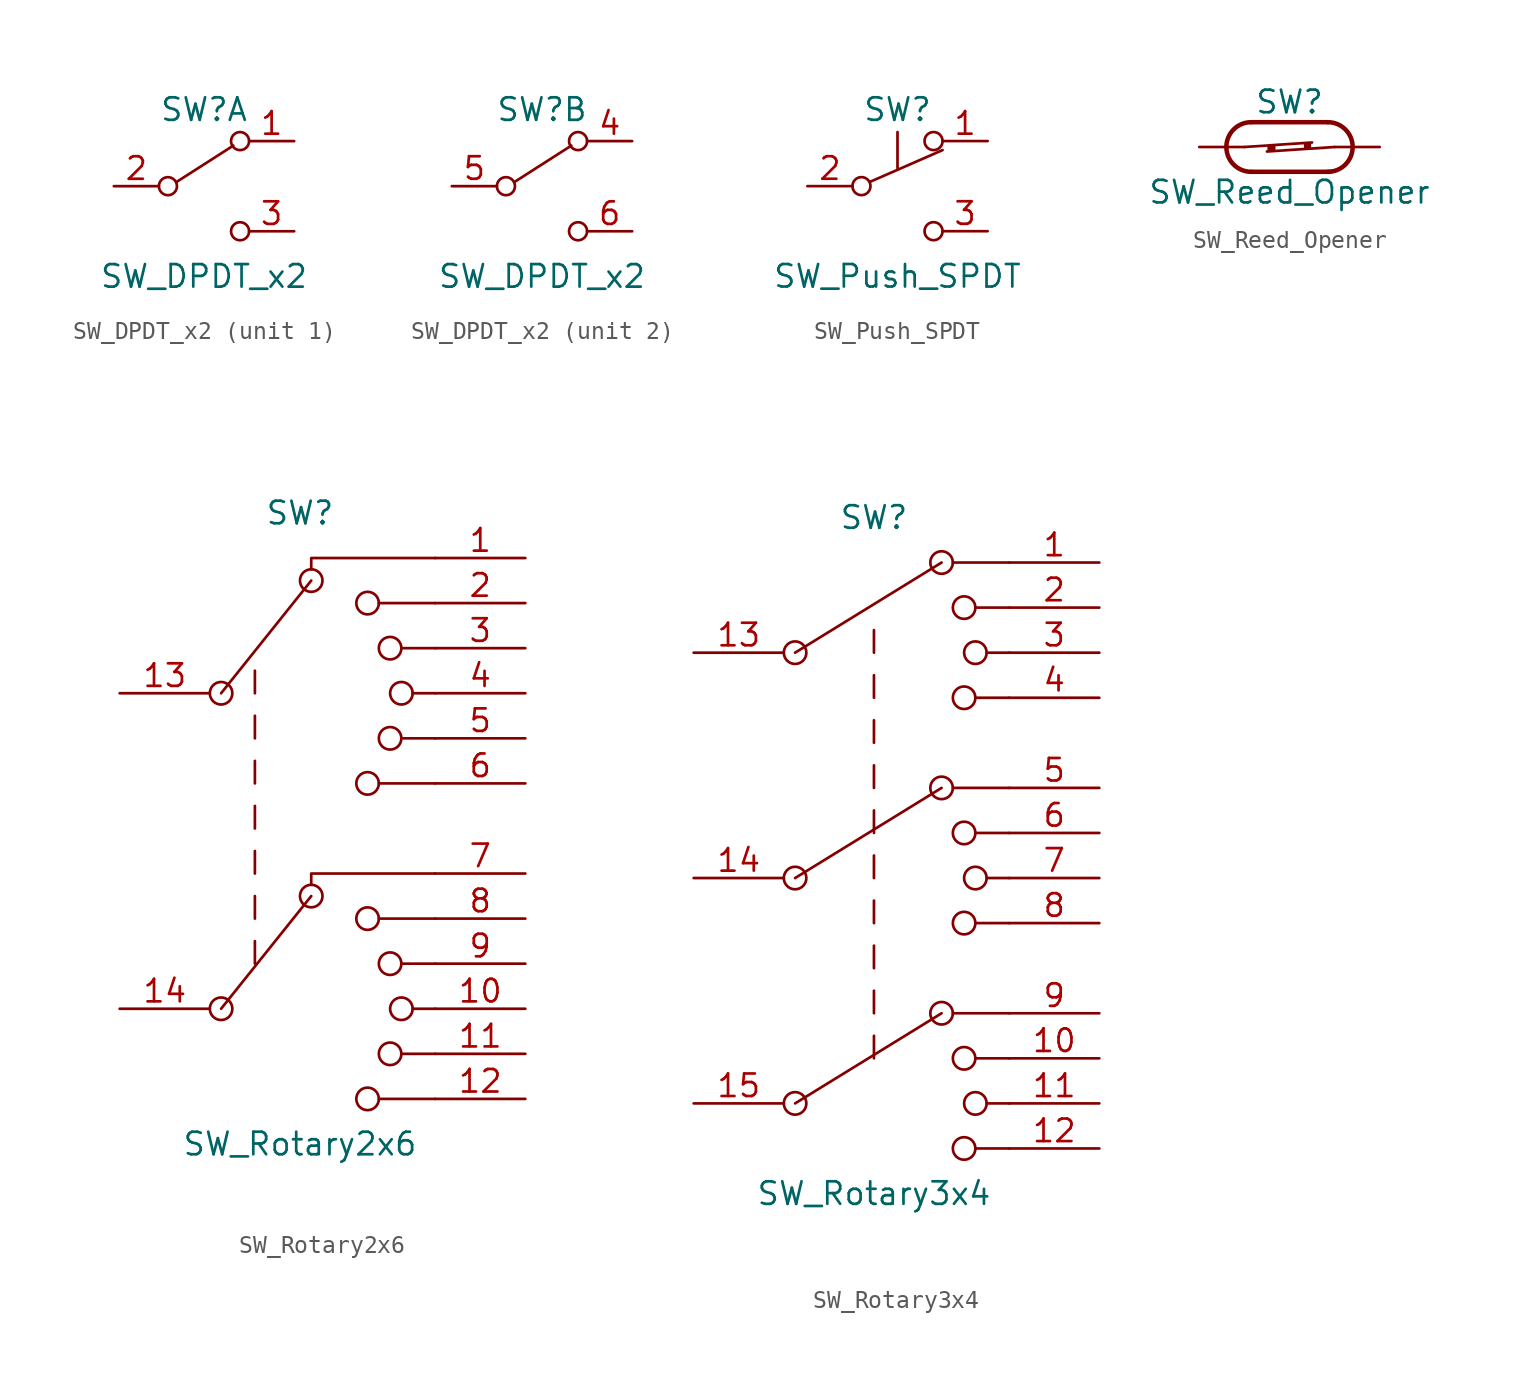
<source format=kicad_sym>
(kicad_symbol_lib
  (version 20211014)
  (generator kicad_symbol_editor)
  (symbol "SW_DPDT_x2"
    (pin_names
      (offset 0) hide)
    (property "Reference" "SW"
      (at 0 4.318 0)
      (effects (font (size 1.27 1.27))))
    (property "Value" "SW_DPDT_x2"
      (at 0 -5.08 0)
      (effects (font (size 1.27 1.27))))
    (symbol "SW_DPDT_x2_0_0"
      (circle (center -2.032 0) (radius 0.508) (stroke (width 0) (type default) (color 0 0 0 0)) (fill (type none)))
      (circle (center 2.032 -2.54) (radius 0.508) (stroke (width 0) (type default) (color 0 0 0 0)) (fill (type none))))
    (symbol "SW_DPDT_x2_0_1"
      (polyline (pts (xy -1.524 0.254) (xy 1.651 2.286)) (stroke (width 0) (type default) (color 0 0 0 0)) (fill (type none)))
      (circle (center 2.032 2.54) (radius 0.508) (stroke (width 0) (type default) (color 0 0 0 0)) (fill (type none))))
    (symbol "SW_DPDT_x2_1_1"
      (pin passive line (at 5.08 2.54 180) (length 2.54) (name "A" (effects (font (size 1.27 1.27)))) (number "1" (effects (font (size 1.27 1.27)))))
      (pin passive line (at -5.08 0 0) (length 2.54) (name "B" (effects (font (size 1.27 1.27)))) (number "2" (effects (font (size 1.27 1.27)))))
      (pin passive line (at 5.08 -2.54 180) (length 2.54) (name "C" (effects (font (size 1.27 1.27)))) (number "3" (effects (font (size 1.27 1.27))))))
    (symbol "SW_DPDT_x2_2_1"
      (pin passive line (at 5.08 2.54 180) (length 2.54) (name "A" (effects (font (size 1.27 1.27)))) (number "4" (effects (font (size 1.27 1.27)))))
      (pin passive line (at -5.08 0 0) (length 2.54) (name "B" (effects (font (size 1.27 1.27)))) (number "5" (effects (font (size 1.27 1.27)))))
      (pin passive line (at 5.08 -2.54 180) (length 2.54) (name "C" (effects (font (size 1.27 1.27)))) (number "6" (effects (font (size 1.27 1.27)))))))
  (symbol "SW_Push_SPDT"
    (pin_names
      (offset 0) hide)
    (property "Reference" "SW"
      (at 0 4.318 0)
      (effects (font (size 1.27 1.27))))
    (property "Value" "SW_Push_SPDT"
      (at 0 -5.08 0)
      (effects (font (size 1.27 1.27))))
    (symbol "SW_Push_SPDT_0_0"
      (circle (center -2.032 0) (radius 0.508) (stroke (width 0) (type default) (color 0 0 0 0)) (fill (type none)))
      (polyline (pts (xy 0 1.016) (xy 0 3.048)) (stroke (width 0) (type default) (color 0 0 0 0)) (fill (type none)))
      (circle (center 2.032 -2.54) (radius 0.508) (stroke (width 0) (type default) (color 0 0 0 0)) (fill (type none))))
    (symbol "SW_Push_SPDT_0_1"
      (polyline (pts (xy -1.524 0.254) (xy 2.54 2.032)) (stroke (width 0) (type default) (color 0 0 0 0)) (fill (type none)))
      (circle (center 2.032 2.54) (radius 0.508) (stroke (width 0) (type default) (color 0 0 0 0)) (fill (type none))))
    (symbol "SW_Push_SPDT_1_1"
      (pin passive line (at 5.08 2.54 180) (length 2.54) (name "A" (effects (font (size 1.27 1.27)))) (number "1" (effects (font (size 1.27 1.27)))))
      (pin passive line (at -5.08 0 0) (length 2.54) (name "B" (effects (font (size 1.27 1.27)))) (number "2" (effects (font (size 1.27 1.27)))))
      (pin passive line (at 5.08 -2.54 180) (length 2.54) (name "C" (effects (font (size 1.27 1.27)))) (number "3" (effects (font (size 1.27 1.27)))))))
  (symbol "SW_Reed_Opener"
    (pin_numbers hide)
    (pin_names
      (offset 0) hide)
    (property "Reference" "SW"
      (at 0 2.54 0)
      (effects (font (size 1.27 1.27))))
    (property "Value" "SW_Reed_Opener"
      (at 0 -2.54 0)
      (effects (font (size 1.27 1.27))))
    (symbol "SW_Reed_Opener_0_0"
      (arc (start -2.159 1.397) (mid -3.556 0) (end -2.159 -1.397) (stroke (width 0.254) (type default) (color 0 0 0 0)) (fill (type none)))
      (polyline (pts (xy -2.54 0) (xy 1.27 0.254)) (stroke (width 0) (type default) (color 0 0 0 0)) (fill (type none)))
      (polyline (pts (xy -2.159 -1.397) (xy 2.286 -1.397)) (stroke (width 0.254) (type default) (color 0 0 0 0)) (fill (type none)))
      (polyline (pts (xy 2.159 1.397) (xy -2.159 1.397)) (stroke (width 0.254) (type default) (color 0 0 0 0)) (fill (type none)))
      (polyline (pts (xy 2.54 0) (xy -1.27 -0.254)) (stroke (width 0) (type default) (color 0 0 0 0)) (fill (type none)))
      (arc (start 2.159 -1.397) (mid 3.556 0) (end 2.159 1.397) (stroke (width 0.254) (type default) (color 0 0 0 0)) (fill (type none))))
    (symbol "SW_Reed_Opener_0_1"
      (rectangle (start -1.168 0.051) (end -0.864 -0.203) (stroke (width 0) (type default) (color 0 0 0 0)) (fill (type outline)))
      (rectangle (start 0.889 0.178) (end 1.143 -0.076) (stroke (width 0) (type default) (color 0 0 0 0)) (fill (type outline))))
    (symbol "SW_Reed_Opener_1_1"
      (pin passive line (at -5.08 0 0) (length 2.54) (name "1" (effects (font (size 1.27 1.27)))) (number "1" (effects (font (size 1.27 1.27)))))
      (pin passive line (at 5.08 0 180) (length 2.54) (name "2" (effects (font (size 1.27 1.27)))) (number "2" (effects (font (size 1.27 1.27)))))))
  (symbol "SW_Rotary2x6"
    (pin_names
      (offset 1.016) hide)
    (property "Reference" "SW"
      (at 0 17.78 0)
      (effects (font (size 1.27 1.27))))
    (property "Value" "SW_Rotary2x6"
      (at 0 -17.78 0)
      (effects (font (size 1.27 1.27))))
    (symbol "SW_Rotary2x6_0_0"
      (circle (center -4.445 -10.16) (radius 0.635) (stroke (width 0) (type default) (color 0 0 0 0)) (fill (type none)))
      (circle (center -4.445 7.62) (radius 0.635) (stroke (width 0) (type default) (color 0 0 0 0)) (fill (type none)))
      (polyline (pts (xy -4.445 -10.16) (xy 0.635 -3.81)) (stroke (width 0) (type default) (color 0 0 0 0)) (fill (type none)))
      (polyline (pts (xy -4.445 7.62) (xy 0.635 13.97)) (stroke (width 0) (type default) (color 0 0 0 0)) (fill (type none)))
      (polyline (pts (xy -2.54 -7.62) (xy -2.54 -6.35)) (stroke (width 0) (type default) (color 0 0 0 0)) (fill (type none)))
      (polyline (pts (xy -2.54 -5.08) (xy -2.54 -3.81)) (stroke (width 0) (type default) (color 0 0 0 0)) (fill (type none)))
      (polyline (pts (xy -2.54 -2.54) (xy -2.54 -1.27)) (stroke (width 0) (type default) (color 0 0 0 0)) (fill (type none)))
      (polyline (pts (xy -2.54 0) (xy -2.54 1.27)) (stroke (width 0) (type default) (color 0 0 0 0)) (fill (type none)))
      (polyline (pts (xy -2.54 2.54) (xy -2.54 3.81)) (stroke (width 0) (type default) (color 0 0 0 0)) (fill (type none)))
      (polyline (pts (xy -2.54 5.08) (xy -2.54 6.35)) (stroke (width 0) (type default) (color 0 0 0 0)) (fill (type none)))
      (polyline (pts (xy -2.54 7.62) (xy -2.54 8.89)) (stroke (width 0) (type default) (color 0 0 0 0)) (fill (type none)))
      (polyline (pts (xy 4.445 -5.08) (xy 7.62 -5.08)) (stroke (width 0) (type default) (color 0 0 0 0)) (fill (type none)))
      (polyline (pts (xy 4.445 12.7) (xy 7.62 12.7)) (stroke (width 0) (type default) (color 0 0 0 0)) (fill (type none)))
      (polyline (pts (xy 5.715 -12.7) (xy 7.62 -12.7)) (stroke (width 0) (type default) (color 0 0 0 0)) (fill (type none)))
      (polyline (pts (xy 5.715 -7.62) (xy 7.62 -7.62)) (stroke (width 0) (type default) (color 0 0 0 0)) (fill (type none)))
      (polyline (pts (xy 5.715 5.08) (xy 7.62 5.08)) (stroke (width 0) (type default) (color 0 0 0 0)) (fill (type none)))
      (polyline (pts (xy 5.715 10.16) (xy 7.62 10.16)) (stroke (width 0) (type default) (color 0 0 0 0)) (fill (type none)))
      (polyline (pts (xy 6.35 -10.16) (xy 7.62 -10.16)) (stroke (width 0) (type default) (color 0 0 0 0)) (fill (type none)))
      (polyline (pts (xy 6.35 7.62) (xy 7.62 7.62)) (stroke (width 0) (type default) (color 0 0 0 0)) (fill (type none)))
      (polyline (pts (xy 7.62 -15.24) (xy 4.445 -15.24)) (stroke (width 0) (type default) (color 0 0 0 0)) (fill (type none)))
      (polyline (pts (xy 7.62 2.54) (xy 4.445 2.54)) (stroke (width 0) (type default) (color 0 0 0 0)) (fill (type none)))
      (polyline (pts (xy 0.635 -3.175) (xy 0.635 -2.54) (xy 7.62 -2.54)) (stroke (width 0) (type default) (color 0 0 0 0)) (fill (type none)))
      (polyline (pts (xy 0.635 14.605) (xy 0.635 15.24) (xy 7.62 15.24)) (stroke (width 0) (type default) (color 0 0 0 0)) (fill (type none)))
      (circle (center 0.635 -3.81) (radius 0.635) (stroke (width 0) (type default) (color 0 0 0 0)) (fill (type none)))
      (circle (center 0.635 13.97) (radius 0.635) (stroke (width 0) (type default) (color 0 0 0 0)) (fill (type none)))
      (circle (center 3.81 -15.24) (radius 0.635) (stroke (width 0) (type default) (color 0 0 0 0)) (fill (type none)))
      (circle (center 3.81 -5.08) (radius 0.635) (stroke (width 0) (type default) (color 0 0 0 0)) (fill (type none)))
      (circle (center 3.81 2.54) (radius 0.635) (stroke (width 0) (type default) (color 0 0 0 0)) (fill (type none)))
      (circle (center 3.81 12.7) (radius 0.635) (stroke (width 0) (type default) (color 0 0 0 0)) (fill (type none)))
      (circle (center 5.08 -12.7) (radius 0.635) (stroke (width 0) (type default) (color 0 0 0 0)) (fill (type none)))
      (circle (center 5.08 -7.62) (radius 0.635) (stroke (width 0) (type default) (color 0 0 0 0)) (fill (type none)))
      (circle (center 5.08 5.08) (radius 0.635) (stroke (width 0) (type default) (color 0 0 0 0)) (fill (type none)))
      (circle (center 5.08 10.16) (radius 0.635) (stroke (width 0) (type default) (color 0 0 0 0)) (fill (type none)))
      (circle (center 5.715 -10.16) (radius 0.635) (stroke (width 0) (type default) (color 0 0 0 0)) (fill (type none)))
      (circle (center 5.715 7.62) (radius 0.635) (stroke (width 0) (type default) (color 0 0 0 0)) (fill (type none))))
    (symbol "SW_Rotary2x6_0_1"
      (pin passive line (at 12.7 15.24 180) (length 5.08) (name "1" (effects (font (size 1.27 1.27)))) (number "1" (effects (font (size 1.27 1.27)))))
      (pin passive line (at 12.7 -10.16 180) (length 5.08) (name "10" (effects (font (size 1.27 1.27)))) (number "10" (effects (font (size 1.27 1.27)))))
      (pin passive line (at 12.7 -12.7 180) (length 5.08) (name "11" (effects (font (size 1.27 1.27)))) (number "11" (effects (font (size 1.27 1.27)))))
      (pin passive line (at 12.7 -15.24 180) (length 5.08) (name "12" (effects (font (size 1.27 1.27)))) (number "12" (effects (font (size 1.27 1.27)))))
      (pin passive line (at -10.16 7.62 0) (length 5.08) (name "13" (effects (font (size 1.27 1.27)))) (number "13" (effects (font (size 1.27 1.27)))))
      (pin passive line (at -10.16 -10.16 0) (length 5.08) (name "14" (effects (font (size 1.27 1.27)))) (number "14" (effects (font (size 1.27 1.27)))))
      (pin passive line (at 12.7 12.7 180) (length 5.08) (name "2" (effects (font (size 1.27 1.27)))) (number "2" (effects (font (size 1.27 1.27)))))
      (pin passive line (at 12.7 10.16 180) (length 5.08) (name "3" (effects (font (size 1.27 1.27)))) (number "3" (effects (font (size 1.27 1.27)))))
      (pin passive line (at 12.7 7.62 180) (length 5.08) (name "4" (effects (font (size 1.27 1.27)))) (number "4" (effects (font (size 1.27 1.27)))))
      (pin passive line (at 12.7 5.08 180) (length 5.08) (name "5" (effects (font (size 1.27 1.27)))) (number "5" (effects (font (size 1.27 1.27)))))
      (pin passive line (at 12.7 2.54 180) (length 5.08) (name "6" (effects (font (size 1.27 1.27)))) (number "6" (effects (font (size 1.27 1.27)))))
      (pin passive line (at 12.7 -2.54 180) (length 5.08) (name "7" (effects (font (size 1.27 1.27)))) (number "7" (effects (font (size 1.27 1.27)))))
      (pin passive line (at 12.7 -5.08 180) (length 5.08) (name "8" (effects (font (size 1.27 1.27)))) (number "8" (effects (font (size 1.27 1.27)))))
      (pin passive line (at 12.7 -7.62 180) (length 5.08) (name "9" (effects (font (size 1.27 1.27)))) (number "9" (effects (font (size 1.27 1.27)))))))
  (symbol "SW_Rotary3x4"
    (pin_names
      (offset 1.016) hide)
    (property "Reference" "SW"
      (at 0 20.32 0)
      (effects (font (size 1.27 1.27))))
    (property "Value" "SW_Rotary3x4"
      (at 0 -17.78 0)
      (effects (font (size 1.27 1.27))))
    (symbol "SW_Rotary3x4_0_0"
      (circle (center -4.445 -12.7) (radius 0.635) (stroke (width 0) (type default) (color 0 0 0 0)) (fill (type none)))
      (circle (center -4.445 0) (radius 0.635) (stroke (width 0) (type default) (color 0 0 0 0)) (fill (type none)))
      (circle (center -4.445 12.7) (radius 0.635) (stroke (width 0) (type default) (color 0 0 0 0)) (fill (type none)))
      (polyline (pts (xy -4.445 -12.7) (xy 3.81 -7.62)) (stroke (width 0) (type default) (color 0 0 0 0)) (fill (type none)))
      (polyline (pts (xy -4.445 0) (xy 3.81 5.08)) (stroke (width 0) (type default) (color 0 0 0 0)) (fill (type none)))
      (polyline (pts (xy -4.445 12.7) (xy 3.81 17.78)) (stroke (width 0) (type default) (color 0 0 0 0)) (fill (type none)))
      (polyline (pts (xy 0 -10.16) (xy 0 -8.89)) (stroke (width 0) (type default) (color 0 0 0 0)) (fill (type none)))
      (polyline (pts (xy 0 -7.62) (xy 0 -6.35)) (stroke (width 0) (type default) (color 0 0 0 0)) (fill (type none)))
      (polyline (pts (xy 0 -5.08) (xy 0 -3.81)) (stroke (width 0) (type default) (color 0 0 0 0)) (fill (type none)))
      (polyline (pts (xy 0 -2.54) (xy 0 -1.27)) (stroke (width 0) (type default) (color 0 0 0 0)) (fill (type none)))
      (polyline (pts (xy 0 0) (xy 0 1.27)) (stroke (width 0) (type default) (color 0 0 0 0)) (fill (type none)))
      (polyline (pts (xy 0 2.54) (xy 0 3.81)) (stroke (width 0) (type default) (color 0 0 0 0)) (fill (type none)))
      (polyline (pts (xy 0 5.08) (xy 0 6.35)) (stroke (width 0) (type default) (color 0 0 0 0)) (fill (type none)))
      (polyline (pts (xy 0 7.62) (xy 0 8.89)) (stroke (width 0) (type default) (color 0 0 0 0)) (fill (type none)))
      (polyline (pts (xy 0 10.16) (xy 0 11.43)) (stroke (width 0) (type default) (color 0 0 0 0)) (fill (type none)))
      (polyline (pts (xy 0 12.7) (xy 0 13.97)) (stroke (width 0) (type default) (color 0 0 0 0)) (fill (type none)))
      (polyline (pts (xy 4.445 -7.62) (xy 7.62 -7.62)) (stroke (width 0) (type default) (color 0 0 0 0)) (fill (type none)))
      (polyline (pts (xy 4.445 5.08) (xy 7.62 5.08)) (stroke (width 0) (type default) (color 0 0 0 0)) (fill (type none)))
      (polyline (pts (xy 4.445 17.78) (xy 7.62 17.78)) (stroke (width 0) (type default) (color 0 0 0 0)) (fill (type none)))
      (polyline (pts (xy 5.715 -15.24) (xy 7.62 -15.24)) (stroke (width 0) (type default) (color 0 0 0 0)) (fill (type none)))
      (polyline (pts (xy 5.715 -10.16) (xy 7.62 -10.16)) (stroke (width 0) (type default) (color 0 0 0 0)) (fill (type none)))
      (polyline (pts (xy 5.715 -2.54) (xy 7.62 -2.54)) (stroke (width 0) (type default) (color 0 0 0 0)) (fill (type none)))
      (polyline (pts (xy 5.715 2.54) (xy 7.62 2.54)) (stroke (width 0) (type default) (color 0 0 0 0)) (fill (type none)))
      (polyline (pts (xy 5.715 10.16) (xy 7.62 10.16)) (stroke (width 0) (type default) (color 0 0 0 0)) (fill (type none)))
      (polyline (pts (xy 5.715 15.24) (xy 7.62 15.24)) (stroke (width 0) (type default) (color 0 0 0 0)) (fill (type none)))
      (polyline (pts (xy 6.35 -12.7) (xy 7.62 -12.7)) (stroke (width 0) (type default) (color 0 0 0 0)) (fill (type none)))
      (polyline (pts (xy 6.35 0) (xy 7.62 0)) (stroke (width 0) (type default) (color 0 0 0 0)) (fill (type none)))
      (polyline (pts (xy 6.35 12.7) (xy 7.62 12.7)) (stroke (width 0) (type default) (color 0 0 0 0)) (fill (type none)))
      (circle (center 3.81 -7.62) (radius 0.635) (stroke (width 0) (type default) (color 0 0 0 0)) (fill (type none)))
      (circle (center 3.81 5.08) (radius 0.635) (stroke (width 0) (type default) (color 0 0 0 0)) (fill (type none)))
      (circle (center 3.81 17.78) (radius 0.635) (stroke (width 0) (type default) (color 0 0 0 0)) (fill (type none)))
      (circle (center 5.08 -15.24) (radius 0.635) (stroke (width 0) (type default) (color 0 0 0 0)) (fill (type none)))
      (circle (center 5.08 -10.16) (radius 0.635) (stroke (width 0) (type default) (color 0 0 0 0)) (fill (type none)))
      (circle (center 5.08 -2.54) (radius 0.635) (stroke (width 0) (type default) (color 0 0 0 0)) (fill (type none)))
      (circle (center 5.08 2.54) (radius 0.635) (stroke (width 0) (type default) (color 0 0 0 0)) (fill (type none)))
      (circle (center 5.08 10.16) (radius 0.635) (stroke (width 0) (type default) (color 0 0 0 0)) (fill (type none)))
      (circle (center 5.08 15.24) (radius 0.635) (stroke (width 0) (type default) (color 0 0 0 0)) (fill (type none)))
      (circle (center 5.715 -12.7) (radius 0.635) (stroke (width 0) (type default) (color 0 0 0 0)) (fill (type none)))
      (circle (center 5.715 0) (radius 0.635) (stroke (width 0) (type default) (color 0 0 0 0)) (fill (type none)))
      (circle (center 5.715 12.7) (radius 0.635) (stroke (width 0) (type default) (color 0 0 0 0)) (fill (type none))))
    (symbol "SW_Rotary3x4_0_1"
      (pin passive line (at 12.7 17.78 180) (length 5.08) (name "1" (effects (font (size 1.27 1.27)))) (number "1" (effects (font (size 1.27 1.27)))))
      (pin passive line (at 12.7 -10.16 180) (length 5.08) (name "10" (effects (font (size 1.27 1.27)))) (number "10" (effects (font (size 1.27 1.27)))))
      (pin passive line (at 12.7 -12.7 180) (length 5.08) (name "11" (effects (font (size 1.27 1.27)))) (number "11" (effects (font (size 1.27 1.27)))))
      (pin passive line (at 12.7 -15.24 180) (length 5.08) (name "12" (effects (font (size 1.27 1.27)))) (number "12" (effects (font (size 1.27 1.27)))))
      (pin passive line (at -10.16 12.7 0) (length 5.08) (name "13" (effects (font (size 1.27 1.27)))) (number "13" (effects (font (size 1.27 1.27)))))
      (pin passive line (at -10.16 0 0) (length 5.08) (name "14" (effects (font (size 1.27 1.27)))) (number "14" (effects (font (size 1.27 1.27)))))
      (pin passive line (at -10.16 -12.7 0) (length 5.08) (name "15" (effects (font (size 1.27 1.27)))) (number "15" (effects (font (size 1.27 1.27)))))
      (pin passive line (at 12.7 15.24 180) (length 5.08) (name "2" (effects (font (size 1.27 1.27)))) (number "2" (effects (font (size 1.27 1.27)))))
      (pin passive line (at 12.7 12.7 180) (length 5.08) (name "3" (effects (font (size 1.27 1.27)))) (number "3" (effects (font (size 1.27 1.27)))))
      (pin passive line (at 12.7 10.16 180) (length 5.08) (name "4" (effects (font (size 1.27 1.27)))) (number "4" (effects (font (size 1.27 1.27)))))
      (pin passive line (at 12.7 5.08 180) (length 5.08) (name "5" (effects (font (size 1.27 1.27)))) (number "5" (effects (font (size 1.27 1.27)))))
      (pin passive line (at 12.7 2.54 180) (length 5.08) (name "6" (effects (font (size 1.27 1.27)))) (number "6" (effects (font (size 1.27 1.27)))))
      (pin passive line (at 12.7 0 180) (length 5.08) (name "7" (effects (font (size 1.27 1.27)))) (number "7" (effects (font (size 1.27 1.27)))))
      (pin passive line (at 12.7 -2.54 180) (length 5.08) (name "8" (effects (font (size 1.27 1.27)))) (number "8" (effects (font (size 1.27 1.27)))))
      (pin passive line (at 12.7 -7.62 180) (length 5.08) (name "9" (effects (font (size 1.27 1.27)))) (number "9" (effects (font (size 1.27 1.27))))))))
</source>
